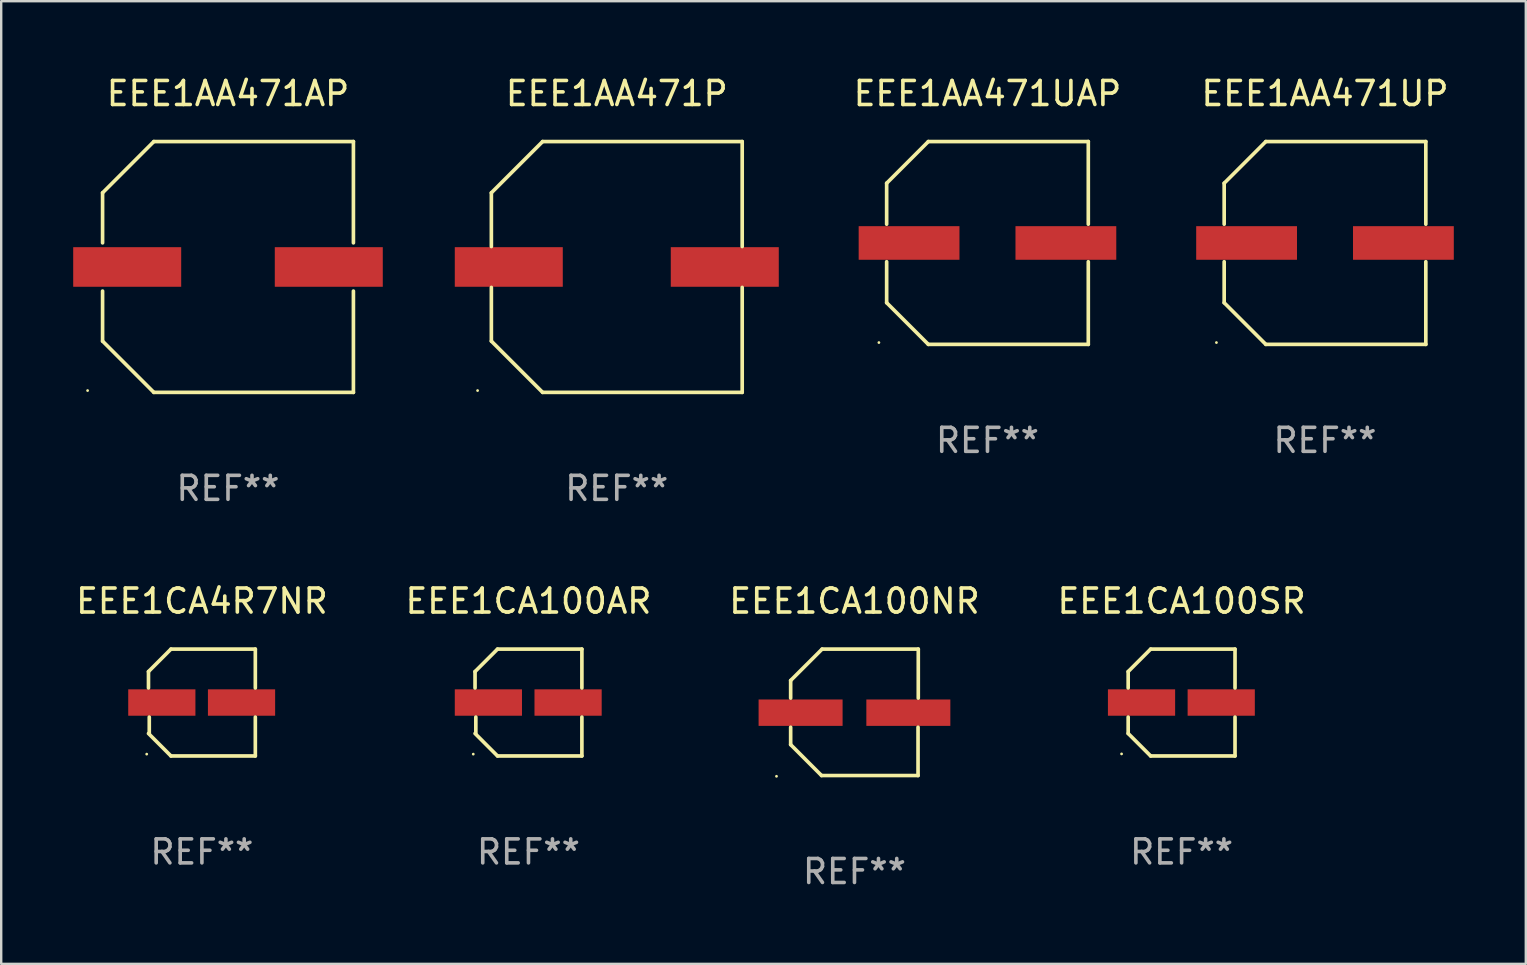
<source format=kicad_pcb>
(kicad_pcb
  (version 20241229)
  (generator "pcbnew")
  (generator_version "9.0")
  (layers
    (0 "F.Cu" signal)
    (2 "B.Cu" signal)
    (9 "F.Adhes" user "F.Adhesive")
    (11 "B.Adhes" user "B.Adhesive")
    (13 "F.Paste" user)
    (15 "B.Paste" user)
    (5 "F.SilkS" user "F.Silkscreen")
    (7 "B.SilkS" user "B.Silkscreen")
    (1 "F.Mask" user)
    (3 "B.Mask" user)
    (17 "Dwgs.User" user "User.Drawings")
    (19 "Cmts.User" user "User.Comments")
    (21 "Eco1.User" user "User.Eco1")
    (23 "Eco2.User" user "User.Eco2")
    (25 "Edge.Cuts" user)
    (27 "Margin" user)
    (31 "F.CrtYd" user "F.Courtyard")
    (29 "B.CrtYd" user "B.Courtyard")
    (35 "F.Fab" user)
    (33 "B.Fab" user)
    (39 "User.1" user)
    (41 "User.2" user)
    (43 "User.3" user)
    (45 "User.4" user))
  (footprint "EEE1AA471UAP"
    (layer "F.Cu")
    (at 38.096 7.074)
    (property "Reference" "EEE1AA471UAP" (at 0 -6.226 0) (layer "F.SilkS") (effects (font (size 1 1) (thickness 0.15))))
    (attr through_hole)
    (fp_line (start -4.201 -2.49) (end -4.201 -0.782) (stroke (width 0.152) (type solid)) (layer "F.SilkS"))
    (fp_line (start -4.201 2.49) (end -4.201 0.782) (stroke (width 0.152) (type solid)) (layer "F.SilkS"))
    (fp_line (start -2.465 -4.226) (end -4.201 -2.49) (stroke (width 0.152) (type solid)) (layer "F.SilkS"))
    (fp_line (start -2.465 4.226) (end -4.201 2.49) (stroke (width 0.152) (type solid)) (layer "F.SilkS"))
    (fp_line (start 4.201 -4.226) (end -2.465 -4.226) (stroke (width 0.152) (type solid)) (layer "F.SilkS"))
    (fp_line (start 4.201 -0.782) (end 4.201 -4.226) (stroke (width 0.152) (type solid)) (layer "F.SilkS"))
    (fp_line (start 4.201 0.782) (end 4.201 4.226) (stroke (width 0.152) (type solid)) (layer "F.SilkS"))
    (fp_line (start 4.201 4.226) (end -2.465 4.226) (stroke (width 0.152) (type solid)) (layer "F.SilkS"))
    (fp_circle (center -4.524 4.15) (end -4.494 4.15) (stroke (width 0.06) (type solid)) (fill no) (layer "F.SilkS"))
    (fp_text user "REF**" (at 0 8.226 0) (layer "F.Fab") (effects (font (size 1 1) (thickness 0.15))))
    (pad "1" smd rect (at -3.267 0) (size 4.2 1.4) (layers "F.Cu" "F.Mask" "F.Paste"))
    (pad "2" smd rect (at 3.267 0) (size 4.2 1.4) (layers "F.Cu" "F.Mask" "F.Paste")))
  (footprint "EEE1CA100AR"
    (layer "F.Cu")
    (at 18.97 26.223)
    (property "Reference" "EEE1CA100AR" (at 0 -4.226 0) (layer "F.SilkS") (effects (font (size 1 1) (thickness 0.15))))
    (attr through_hole)
    (fp_line (start -2.226 -1.29) (end -2.226 -0.607) (stroke (width 0.152) (type solid)) (layer "F.SilkS"))
    (fp_line (start -2.193 1.29) (end -2.193 0.607) (stroke (width 0.152) (type solid)) (layer "F.SilkS"))
    (fp_line (start -1.29 2.226) (end -2.226 1.29) (stroke (width 0.152) (type solid)) (layer "F.SilkS"))
    (fp_line (start -1.29 -2.226) (end -2.226 -1.29) (stroke (width 0.152) (type solid)) (layer "F.SilkS"))
    (fp_line (start 2.226 -2.226) (end -1.29 -2.226) (stroke (width 0.152) (type solid)) (layer "F.SilkS"))
    (fp_line (start 2.226 -0.607) (end 2.226 -2.226) (stroke (width 0.152) (type solid)) (layer "F.SilkS"))
    (fp_line (start 2.226 0.607) (end 2.226 2.226) (stroke (width 0.152) (type solid)) (layer "F.SilkS"))
    (fp_line (start 2.226 2.226) (end -1.29 2.226) (stroke (width 0.152) (type solid)) (layer "F.SilkS"))
    (fp_circle (center -2.3 2.15) (end -2.27 2.15) (stroke (width 0.06) (type solid)) (fill no) (layer "F.SilkS"))
    (fp_text user "REF**" (at 0 6.226 0) (layer "F.Fab") (effects (font (size 1 1) (thickness 0.15))))
    (pad "1" smd rect (at -1.67 -0.000025) (size 2.8 1.1) (layers "F.Cu" "F.Mask" "F.Paste"))
    (pad "2" smd rect (at 1.651 -0.000025) (size 2.8 1.1) (layers "F.Cu" "F.Mask" "F.Paste")))
  (footprint "EEE1AA471UP"
    (layer "F.Cu")
    (at 52.16 7.074)
    (property "Reference" "EEE1AA471UP" (at 0 -6.226 0) (layer "F.SilkS") (effects (font (size 1 1) (thickness 0.15))))
    (attr through_hole)
    (fp_line (start -4.201 -2.49) (end -4.201 -0.782) (stroke (width 0.152) (type solid)) (layer "F.SilkS"))
    (fp_line (start -4.201 2.49) (end -4.201 0.782) (stroke (width 0.152) (type solid)) (layer "F.SilkS"))
    (fp_line (start -2.465 -4.226) (end -4.201 -2.49) (stroke (width 0.152) (type solid)) (layer "F.SilkS"))
    (fp_line (start -2.465 4.226) (end -4.201 2.49) (stroke (width 0.152) (type solid)) (layer "F.SilkS"))
    (fp_line (start 4.201 -4.226) (end -2.465 -4.226) (stroke (width 0.152) (type solid)) (layer "F.SilkS"))
    (fp_line (start 4.201 -0.782) (end 4.201 -4.226) (stroke (width 0.152) (type solid)) (layer "F.SilkS"))
    (fp_line (start 4.201 0.782) (end 4.201 4.226) (stroke (width 0.152) (type solid)) (layer "F.SilkS"))
    (fp_line (start 4.201 4.226) (end -2.465 4.226) (stroke (width 0.152) (type solid)) (layer "F.SilkS"))
    (fp_circle (center -4.524 4.15) (end -4.494 4.15) (stroke (width 0.06) (type solid)) (fill no) (layer "F.SilkS"))
    (fp_text user "REF**" (at 0 8.226 0) (layer "F.Fab") (effects (font (size 1 1) (thickness 0.15))))
    (pad "1" smd rect (at -3.267 0) (size 4.2 1.4) (layers "F.Cu" "F.Mask" "F.Paste"))
    (pad "2" smd rect (at 3.267 0) (size 4.2 1.4) (layers "F.Cu" "F.Mask" "F.Paste")))
  (footprint "EEE1AA471AP"
    (layer "F.Cu")
    (at 6.45 8.074)
    (property "Reference" "EEE1AA471AP" (at 0 -7.226 0) (layer "F.SilkS") (effects (font (size 1 1) (thickness 0.15))))
    (attr through_hole)
    (fp_line (start -5.226 -3.09) (end -5.226 -1.005) (stroke (width 0.152) (type solid)) (layer "F.SilkS"))
    (fp_line (start -5.226 1.005) (end -5.226 3.09) (stroke (width 0.152) (type solid)) (layer "F.SilkS"))
    (fp_line (start -3.09 -5.226) (end -5.226 -3.09) (stroke (width 0.152) (type solid)) (layer "F.SilkS"))
    (fp_line (start -3.09 5.226) (end -5.226 3.09) (stroke (width 0.152) (type solid)) (layer "F.SilkS"))
    (fp_line (start 5.226 -5.226) (end -3.09 -5.226) (stroke (width 0.152) (type solid)) (layer "F.SilkS"))
    (fp_line (start 5.226 -5.226) (end 5.226 -1.005) (stroke (width 0.152) (type solid)) (layer "F.SilkS"))
    (fp_line (start 5.226 1.005) (end 5.226 5.226) (stroke (width 0.152) (type solid)) (layer "F.SilkS"))
    (fp_line (start 5.226 5.226) (end -3.09 5.226) (stroke (width 0.152) (type solid)) (layer "F.SilkS"))
    (fp_circle (center -5.85 5.15) (end -5.82 5.15) (stroke (width 0.06) (type solid)) (fill no) (layer "F.SilkS"))
    (fp_text user "REF**" (at 0 9.226 0) (layer "F.Fab") (effects (font (size 1 1) (thickness 0.15))))
    (pad "1" smd rect (at -4.2 0.000292) (size 4.5 1.65) (layers "F.Cu" "F.Mask" "F.Paste"))
    (pad "2" smd rect (at 4.2 0.000292) (size 4.5 1.65) (layers "F.Cu" "F.Mask" "F.Paste")))
  (footprint "EEE1CA4R7NR"
    (layer "F.Cu")
    (at 5.363 26.223)
    (property "Reference" "EEE1CA4R7NR" (at 0 -4.226 0) (layer "F.SilkS") (effects (font (size 1 1) (thickness 0.15))))
    (attr through_hole)
    (fp_line (start -2.226 -1.29) (end -2.226 -0.607) (stroke (width 0.152) (type solid)) (layer "F.SilkS"))
    (fp_line (start -2.193 1.29) (end -2.193 0.607) (stroke (width 0.152) (type solid)) (layer "F.SilkS"))
    (fp_line (start -1.29 2.226) (end -2.226 1.29) (stroke (width 0.152) (type solid)) (layer "F.SilkS"))
    (fp_line (start -1.29 -2.226) (end -2.226 -1.29) (stroke (width 0.152) (type solid)) (layer "F.SilkS"))
    (fp_line (start 2.226 -2.226) (end -1.29 -2.226) (stroke (width 0.152) (type solid)) (layer "F.SilkS"))
    (fp_line (start 2.226 -0.607) (end 2.226 -2.226) (stroke (width 0.152) (type solid)) (layer "F.SilkS"))
    (fp_line (start 2.226 0.607) (end 2.226 2.226) (stroke (width 0.152) (type solid)) (layer "F.SilkS"))
    (fp_line (start 2.226 2.226) (end -1.29 2.226) (stroke (width 0.152) (type solid)) (layer "F.SilkS"))
    (fp_circle (center -2.3 2.15) (end -2.27 2.15) (stroke (width 0.06) (type solid)) (fill no) (layer "F.SilkS"))
    (fp_text user "REF**" (at 0 6.226 0) (layer "F.Fab") (effects (font (size 1 1) (thickness 0.15))))
    (pad "1" smd rect (at -1.67 -0.000025) (size 2.8 1.1) (layers "F.Cu" "F.Mask" "F.Paste"))
    (pad "2" smd rect (at 1.651 -0.000025) (size 2.8 1.1) (layers "F.Cu" "F.Mask" "F.Paste")))
  (footprint "EEE1AA471P"
    (layer "F.Cu")
    (at 22.65 8.074)
    (property "Reference" "EEE1AA471P" (at 0 -7.226 0) (layer "F.SilkS") (effects (font (size 1 1) (thickness 0.15))))
    (attr through_hole)
    (fp_line (start -5.226 -3.09) (end -5.226 -0.852) (stroke (width 0.152) (type solid)) (layer "F.SilkS"))
    (fp_line (start -5.226 3.09) (end -5.226 0.852) (stroke (width 0.152) (type solid)) (layer "F.SilkS"))
    (fp_line (start -3.09 -5.226) (end -5.226 -3.09) (stroke (width 0.152) (type solid)) (layer "F.SilkS"))
    (fp_line (start -3.09 5.226) (end -5.226 3.09) (stroke (width 0.152) (type solid)) (layer "F.SilkS"))
    (fp_line (start 5.226 -5.226) (end -3.09 -5.226) (stroke (width 0.152) (type solid)) (layer "F.SilkS"))
    (fp_line (start 5.226 -0.852) (end 5.226 -5.226) (stroke (width 0.152) (type solid)) (layer "F.SilkS"))
    (fp_line (start 5.226 0.852) (end 5.226 5.226) (stroke (width 0.152) (type solid)) (layer "F.SilkS"))
    (fp_line (start 5.226 5.226) (end -3.09 5.226) (stroke (width 0.152) (type solid)) (layer "F.SilkS"))
    (fp_circle (center -5.8 5.15) (end -5.77 5.15) (stroke (width 0.06) (type solid)) (fill no) (layer "F.SilkS"))
    (fp_text user "REF**" (at 0 9.226 0) (layer "F.Fab") (effects (font (size 1 1) (thickness 0.15))))
    (pad "1" smd rect (at -4.5 0) (size 4.5 1.65) (layers "F.Cu" "F.Mask" "F.Paste"))
    (pad "2" smd rect (at 4.5 0) (size 4.5 1.65) (layers "F.Cu" "F.Mask" "F.Paste")))
  (footprint "EEE1CA100SR"
    (layer "F.Cu")
    (at 46.185 26.223)
    (property "Reference" "EEE1CA100SR" (at 0 -4.226 0) (layer "F.SilkS") (effects (font (size 1 1) (thickness 0.15))))
    (attr through_hole)
    (fp_line (start -2.226 -1.29) (end -2.226 -0.607) (stroke (width 0.152) (type solid)) (layer "F.SilkS"))
    (fp_line (start -2.226 1.29) (end -2.226 0.607) (stroke (width 0.152) (type solid)) (layer "F.SilkS"))
    (fp_line (start -1.29 -2.226) (end -2.226 -1.29) (stroke (width 0.152) (type solid)) (layer "F.SilkS"))
    (fp_line (start -1.29 2.226) (end -2.226 1.29) (stroke (width 0.152) (type solid)) (layer "F.SilkS"))
    (fp_line (start 2.226 -2.226) (end -1.29 -2.226) (stroke (width 0.152) (type solid)) (layer "F.SilkS"))
    (fp_line (start 2.226 -0.607) (end 2.226 -2.226) (stroke (width 0.152) (type solid)) (layer "F.SilkS"))
    (fp_line (start 2.226 0.607) (end 2.226 2.226) (stroke (width 0.152) (type solid)) (layer "F.SilkS"))
    (fp_line (start 2.226 2.226) (end -1.29 2.226) (stroke (width 0.152) (type solid)) (layer "F.SilkS"))
    (fp_circle (center -2.501 2.141) (end -2.471 2.141) (stroke (width 0.06) (type solid)) (fill no) (layer "F.SilkS"))
    (fp_text user "REF**" (at 0 6.226 0) (layer "F.Fab") (effects (font (size 1 1) (thickness 0.15))))
    (pad "1" smd rect (at -1.67 -0.000025) (size 2.8 1.1) (layers "F.Cu" "F.Mask" "F.Paste"))
    (pad "2" smd rect (at 1.651 -0.000025) (size 2.8 1.1) (layers "F.Cu" "F.Mask" "F.Paste")))
  (footprint "EEE1CA100NR"
    (layer "F.Cu")
    (at 32.554 26.631)
    (property "Reference" "EEE1CA100NR" (at 0 -4.634 0) (layer "F.SilkS") (effects (font (size 1 1) (thickness 0.15))))
    (attr through_hole)
    (fp_line (start -2.659 -1.326) (end -2.659 -0.592) (stroke (width 0.152) (type solid)) (layer "F.SilkS"))
    (fp_line (start -2.659 1.346) (end -2.659 0.622) (stroke (width 0.152) (type solid)) (layer "F.SilkS"))
    (fp_line (start -1.372 2.634) (end -2.659 1.346) (stroke (width 0.152) (type solid)) (layer "F.SilkS"))
    (fp_line (start -1.349 -2.634) (end -2.659 -1.326) (stroke (width 0.152) (type solid)) (layer "F.SilkS"))
    (fp_line (start 2.649 0.622) (end 2.649 2.634) (stroke (width 0.152) (type solid)) (layer "F.SilkS"))
    (fp_line (start 2.649 2.634) (end -1.372 2.634) (stroke (width 0.152) (type solid)) (layer "F.SilkS"))
    (fp_line (start 2.659 -2.634) (end -1.349 -2.634) (stroke (width 0.152) (type solid)) (layer "F.SilkS"))
    (fp_line (start 2.659 -0.592) (end 2.659 -2.634) (stroke (width 0.152) (type solid)) (layer "F.SilkS"))
    (fp_circle (center -3.249 2.665) (end -3.219 2.665) (stroke (width 0.06) (type solid)) (fill no) (layer "F.SilkS"))
    (fp_text user "REF**" (at 0 6.634 0) (layer "F.Fab") (effects (font (size 1 1) (thickness 0.15))))
    (pad "1" smd rect (at -2.245 0.015) (size 3.5 1.1) (layers "F.Cu" "F.Mask" "F.Paste"))
    (pad "2" smd rect (at 2.245 0.015) (size 3.5 1.1) (layers "F.Cu" "F.Mask" "F.Paste")))
  (gr_rect
    (start -3 -3)
    (end 60.527 37.113)
    (stroke (width 0.1) (type default))
    (fill no)
    (layer "Edge.Cuts")))
</source>
